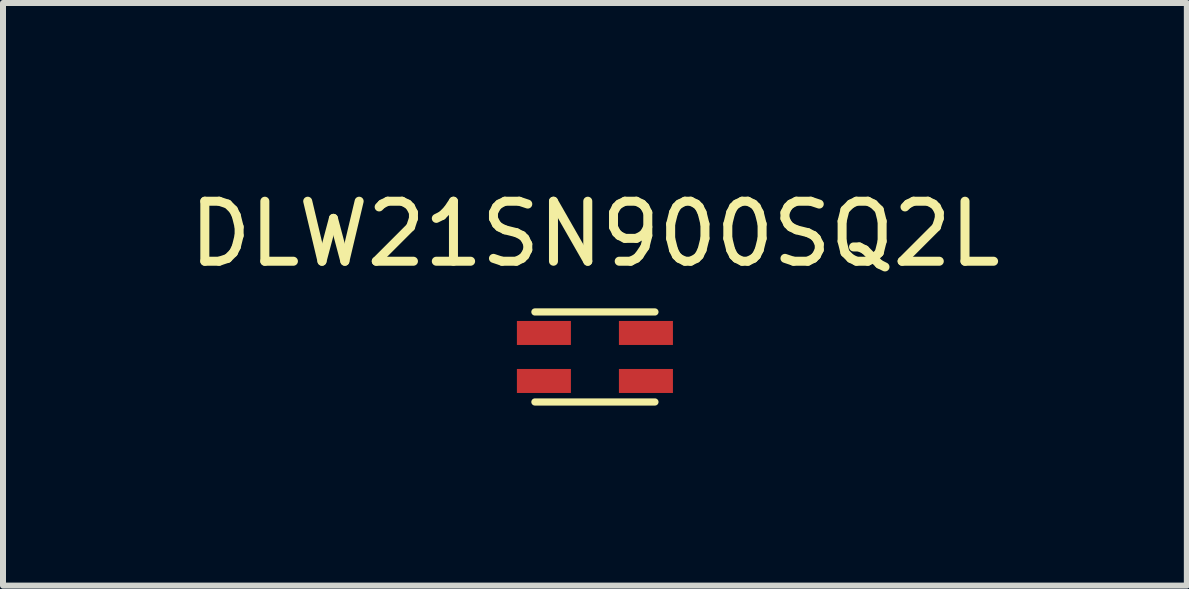
<source format=kicad_pcb>
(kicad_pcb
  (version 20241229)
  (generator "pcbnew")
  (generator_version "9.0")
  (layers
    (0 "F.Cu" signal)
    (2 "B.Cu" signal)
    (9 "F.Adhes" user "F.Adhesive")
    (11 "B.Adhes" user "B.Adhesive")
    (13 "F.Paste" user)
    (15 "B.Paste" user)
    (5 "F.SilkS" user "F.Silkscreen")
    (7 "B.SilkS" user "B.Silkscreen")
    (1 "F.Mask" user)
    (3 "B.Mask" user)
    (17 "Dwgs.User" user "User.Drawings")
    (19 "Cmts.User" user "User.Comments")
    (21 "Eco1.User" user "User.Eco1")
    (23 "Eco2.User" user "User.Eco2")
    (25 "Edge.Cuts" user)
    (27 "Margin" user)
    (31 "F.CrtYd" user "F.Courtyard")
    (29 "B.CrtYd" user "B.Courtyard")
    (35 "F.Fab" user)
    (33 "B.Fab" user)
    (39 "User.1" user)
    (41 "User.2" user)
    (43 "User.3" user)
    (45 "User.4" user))
  (footprint "DLW21SN900SQ2L"
    (layer "F.Cu")
    (at 6.863 2.898)
    (property "Reference" "DLW21SN900SQ2L" (at 0 -2.05 0) (layer "F.SilkS") (effects (font (size 1 1) (thickness 0.15))))
    (attr through_hole)
    (fp_line (start -1 -0.75) (end 1 -0.75) (stroke (width 0.12) (type solid)) (layer "F.SilkS"))
    (fp_line (start -1 0.75) (end 1 0.75) (stroke (width 0.12) (type solid)) (layer "F.SilkS"))
    (pad "1" smd rect (at -0.85 -0.4) (size 0.9 0.4) (layers "F.Cu" "F.Mask" "F.Paste"))
    (pad "2" smd rect (at 0.85 -0.4) (size 0.9 0.4) (layers "F.Cu" "F.Mask" "F.Paste"))
    (pad "3" smd rect (at 0.85 0.4) (size 0.9 0.4) (layers "F.Cu" "F.Mask" "F.Paste"))
    (pad "4" smd rect (at -0.85 0.4) (size 0.9 0.4) (layers "F.Cu" "F.Mask" "F.Paste")))
  (gr_rect
    (start -3 -3)
    (end 16.726 6.708)
    (stroke (width 0.1) (type default))
    (fill no)
    (layer "Edge.Cuts")))
</source>
